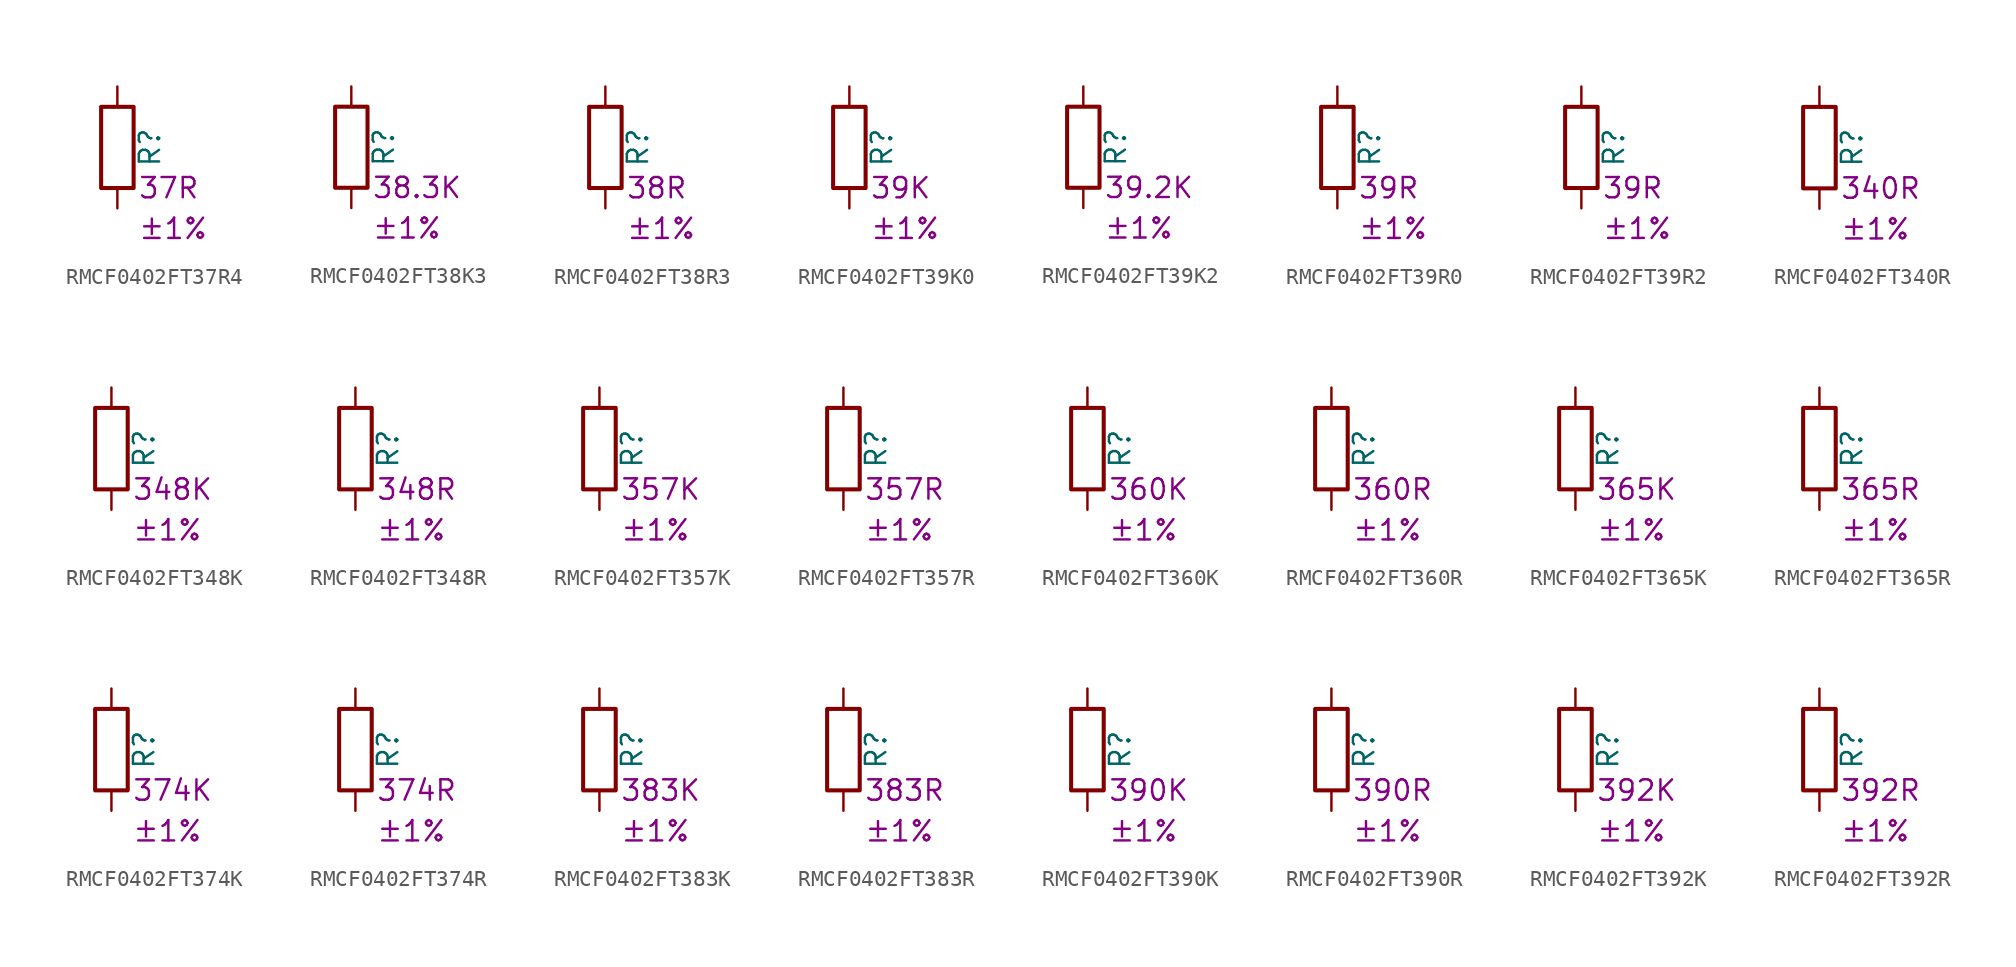
<source format=kicad_sym>
(kicad_symbol_lib
  (version 20220914)
  (generator kicad_symbol_editor)
  (symbol "RMCF0402FT37R4"
    (pin_numbers hide)
    (pin_names
      (offset 0))
    (property "Reference" "R"
      (at 2.032 0 90)
      (effects (font (size 1.27 1.27))))
    (property "Resistance" "37R"
      (at 1.27 -2.54 0)
      (effects (font (size 1.27 1.27)) (justify left)))
    (property "Tolerance" "±1%"
      (at 1.27 -5.08 0)
      (effects (font (size 1.27 1.27)) (justify left)))
    (symbol "RMCF0402FT37R4_0_1"
      (rectangle (start -1.016 -2.54) (end 1.016 2.54) (stroke (width 0.254) (type default)) (fill (type none))))
    (symbol "RMCF0402FT37R4_1_1"
      (pin passive line (at 0 3.81 270) (length 1.27) (name "~" (effects (font (size 1.27 1.27)))) (number "1" (effects (font (size 1.27 1.27)))))
      (pin passive line (at 0 -3.81 90) (length 1.27) (name "~" (effects (font (size 1.27 1.27)))) (number "2" (effects (font (size 1.27 1.27)))))))
  (symbol "RMCF0402FT38K3"
    (pin_numbers hide)
    (pin_names
      (offset 0))
    (property "Reference" "R"
      (at 2.032 0 90)
      (effects (font (size 1.27 1.27))))
    (property "Resistance" "38.3K"
      (at 1.27 -2.54 0)
      (effects (font (size 1.27 1.27)) (justify left)))
    (property "Tolerance" "±1%"
      (at 1.27 -5.08 0)
      (effects (font (size 1.27 1.27)) (justify left)))
    (symbol "RMCF0402FT38K3_0_1"
      (rectangle (start -1.016 -2.54) (end 1.016 2.54) (stroke (width 0.254) (type default)) (fill (type none))))
    (symbol "RMCF0402FT38K3_1_1"
      (pin passive line (at 0 3.81 270) (length 1.27) (name "~" (effects (font (size 1.27 1.27)))) (number "1" (effects (font (size 1.27 1.27)))))
      (pin passive line (at 0 -3.81 90) (length 1.27) (name "~" (effects (font (size 1.27 1.27)))) (number "2" (effects (font (size 1.27 1.27)))))))
  (symbol "RMCF0402FT38R3"
    (pin_numbers hide)
    (pin_names
      (offset 0))
    (property "Reference" "R"
      (at 2.032 0 90)
      (effects (font (size 1.27 1.27))))
    (property "Resistance" "38R"
      (at 1.27 -2.54 0)
      (effects (font (size 1.27 1.27)) (justify left)))
    (property "Tolerance" "±1%"
      (at 1.27 -5.08 0)
      (effects (font (size 1.27 1.27)) (justify left)))
    (symbol "RMCF0402FT38R3_0_1"
      (rectangle (start -1.016 -2.54) (end 1.016 2.54) (stroke (width 0.254) (type default)) (fill (type none))))
    (symbol "RMCF0402FT38R3_1_1"
      (pin passive line (at 0 3.81 270) (length 1.27) (name "~" (effects (font (size 1.27 1.27)))) (number "1" (effects (font (size 1.27 1.27)))))
      (pin passive line (at 0 -3.81 90) (length 1.27) (name "~" (effects (font (size 1.27 1.27)))) (number "2" (effects (font (size 1.27 1.27)))))))
  (symbol "RMCF0402FT39K0"
    (pin_numbers hide)
    (pin_names
      (offset 0))
    (property "Reference" "R"
      (at 2.032 0 90)
      (effects (font (size 1.27 1.27))))
    (property "Resistance" "39K"
      (at 1.27 -2.54 0)
      (effects (font (size 1.27 1.27)) (justify left)))
    (property "Tolerance" "±1%"
      (at 1.27 -5.08 0)
      (effects (font (size 1.27 1.27)) (justify left)))
    (symbol "RMCF0402FT39K0_0_1"
      (rectangle (start -1.016 -2.54) (end 1.016 2.54) (stroke (width 0.254) (type default)) (fill (type none))))
    (symbol "RMCF0402FT39K0_1_1"
      (pin passive line (at 0 3.81 270) (length 1.27) (name "~" (effects (font (size 1.27 1.27)))) (number "1" (effects (font (size 1.27 1.27)))))
      (pin passive line (at 0 -3.81 90) (length 1.27) (name "~" (effects (font (size 1.27 1.27)))) (number "2" (effects (font (size 1.27 1.27)))))))
  (symbol "RMCF0402FT39K2"
    (pin_numbers hide)
    (pin_names
      (offset 0))
    (property "Reference" "R"
      (at 2.032 0 90)
      (effects (font (size 1.27 1.27))))
    (property "Resistance" "39.2K"
      (at 1.27 -2.54 0)
      (effects (font (size 1.27 1.27)) (justify left)))
    (property "Tolerance" "±1%"
      (at 1.27 -5.08 0)
      (effects (font (size 1.27 1.27)) (justify left)))
    (symbol "RMCF0402FT39K2_0_1"
      (rectangle (start -1.016 -2.54) (end 1.016 2.54) (stroke (width 0.254) (type default)) (fill (type none))))
    (symbol "RMCF0402FT39K2_1_1"
      (pin passive line (at 0 3.81 270) (length 1.27) (name "~" (effects (font (size 1.27 1.27)))) (number "1" (effects (font (size 1.27 1.27)))))
      (pin passive line (at 0 -3.81 90) (length 1.27) (name "~" (effects (font (size 1.27 1.27)))) (number "2" (effects (font (size 1.27 1.27)))))))
  (symbol "RMCF0402FT39R0"
    (pin_numbers hide)
    (pin_names
      (offset 0))
    (property "Reference" "R"
      (at 2.032 0 90)
      (effects (font (size 1.27 1.27))))
    (property "Resistance" "39R"
      (at 1.27 -2.54 0)
      (effects (font (size 1.27 1.27)) (justify left)))
    (property "Tolerance" "±1%"
      (at 1.27 -5.08 0)
      (effects (font (size 1.27 1.27)) (justify left)))
    (symbol "RMCF0402FT39R0_0_1"
      (rectangle (start -1.016 -2.54) (end 1.016 2.54) (stroke (width 0.254) (type default)) (fill (type none))))
    (symbol "RMCF0402FT39R0_1_1"
      (pin passive line (at 0 3.81 270) (length 1.27) (name "~" (effects (font (size 1.27 1.27)))) (number "1" (effects (font (size 1.27 1.27)))))
      (pin passive line (at 0 -3.81 90) (length 1.27) (name "~" (effects (font (size 1.27 1.27)))) (number "2" (effects (font (size 1.27 1.27)))))))
  (symbol "RMCF0402FT39R2"
    (pin_numbers hide)
    (pin_names
      (offset 0))
    (property "Reference" "R"
      (at 2.032 0 90)
      (effects (font (size 1.27 1.27))))
    (property "Resistance" "39R"
      (at 1.27 -2.54 0)
      (effects (font (size 1.27 1.27)) (justify left)))
    (property "Tolerance" "±1%"
      (at 1.27 -5.08 0)
      (effects (font (size 1.27 1.27)) (justify left)))
    (symbol "RMCF0402FT39R2_0_1"
      (rectangle (start -1.016 -2.54) (end 1.016 2.54) (stroke (width 0.254) (type default)) (fill (type none))))
    (symbol "RMCF0402FT39R2_1_1"
      (pin passive line (at 0 3.81 270) (length 1.27) (name "~" (effects (font (size 1.27 1.27)))) (number "1" (effects (font (size 1.27 1.27)))))
      (pin passive line (at 0 -3.81 90) (length 1.27) (name "~" (effects (font (size 1.27 1.27)))) (number "2" (effects (font (size 1.27 1.27)))))))
  (symbol "RMCF0402FT340R"
    (pin_numbers hide)
    (pin_names
      (offset 0))
    (property "Reference" "R"
      (at 2.032 0 90)
      (effects (font (size 1.27 1.27))))
    (property "Resistance" "340R"
      (at 1.27 -2.54 0)
      (effects (font (size 1.27 1.27)) (justify left)))
    (property "Tolerance" "±1%"
      (at 1.27 -5.08 0)
      (effects (font (size 1.27 1.27)) (justify left)))
    (symbol "RMCF0402FT340R_0_1"
      (rectangle (start -1.016 -2.54) (end 1.016 2.54) (stroke (width 0.254) (type default)) (fill (type none))))
    (symbol "RMCF0402FT340R_1_1"
      (pin passive line (at 0 3.81 270) (length 1.27) (name "~" (effects (font (size 1.27 1.27)))) (number "1" (effects (font (size 1.27 1.27)))))
      (pin passive line (at 0 -3.81 90) (length 1.27) (name "~" (effects (font (size 1.27 1.27)))) (number "2" (effects (font (size 1.27 1.27)))))))
  (symbol "RMCF0402FT348K"
    (pin_numbers hide)
    (pin_names
      (offset 0))
    (property "Reference" "R"
      (at 2.032 0 90)
      (effects (font (size 1.27 1.27))))
    (property "Resistance" "348K"
      (at 1.27 -2.54 0)
      (effects (font (size 1.27 1.27)) (justify left)))
    (property "Tolerance" "±1%"
      (at 1.27 -5.08 0)
      (effects (font (size 1.27 1.27)) (justify left)))
    (symbol "RMCF0402FT348K_0_1"
      (rectangle (start -1.016 -2.54) (end 1.016 2.54) (stroke (width 0.254) (type default)) (fill (type none))))
    (symbol "RMCF0402FT348K_1_1"
      (pin passive line (at 0 3.81 270) (length 1.27) (name "~" (effects (font (size 1.27 1.27)))) (number "1" (effects (font (size 1.27 1.27)))))
      (pin passive line (at 0 -3.81 90) (length 1.27) (name "~" (effects (font (size 1.27 1.27)))) (number "2" (effects (font (size 1.27 1.27)))))))
  (symbol "RMCF0402FT348R"
    (pin_numbers hide)
    (pin_names
      (offset 0))
    (property "Reference" "R"
      (at 2.032 0 90)
      (effects (font (size 1.27 1.27))))
    (property "Resistance" "348R"
      (at 1.27 -2.54 0)
      (effects (font (size 1.27 1.27)) (justify left)))
    (property "Tolerance" "±1%"
      (at 1.27 -5.08 0)
      (effects (font (size 1.27 1.27)) (justify left)))
    (symbol "RMCF0402FT348R_0_1"
      (rectangle (start -1.016 -2.54) (end 1.016 2.54) (stroke (width 0.254) (type default)) (fill (type none))))
    (symbol "RMCF0402FT348R_1_1"
      (pin passive line (at 0 3.81 270) (length 1.27) (name "~" (effects (font (size 1.27 1.27)))) (number "1" (effects (font (size 1.27 1.27)))))
      (pin passive line (at 0 -3.81 90) (length 1.27) (name "~" (effects (font (size 1.27 1.27)))) (number "2" (effects (font (size 1.27 1.27)))))))
  (symbol "RMCF0402FT357K"
    (pin_numbers hide)
    (pin_names
      (offset 0))
    (property "Reference" "R"
      (at 2.032 0 90)
      (effects (font (size 1.27 1.27))))
    (property "Resistance" "357K"
      (at 1.27 -2.54 0)
      (effects (font (size 1.27 1.27)) (justify left)))
    (property "Tolerance" "±1%"
      (at 1.27 -5.08 0)
      (effects (font (size 1.27 1.27)) (justify left)))
    (symbol "RMCF0402FT357K_0_1"
      (rectangle (start -1.016 -2.54) (end 1.016 2.54) (stroke (width 0.254) (type default)) (fill (type none))))
    (symbol "RMCF0402FT357K_1_1"
      (pin passive line (at 0 3.81 270) (length 1.27) (name "~" (effects (font (size 1.27 1.27)))) (number "1" (effects (font (size 1.27 1.27)))))
      (pin passive line (at 0 -3.81 90) (length 1.27) (name "~" (effects (font (size 1.27 1.27)))) (number "2" (effects (font (size 1.27 1.27)))))))
  (symbol "RMCF0402FT357R"
    (pin_numbers hide)
    (pin_names
      (offset 0))
    (property "Reference" "R"
      (at 2.032 0 90)
      (effects (font (size 1.27 1.27))))
    (property "Resistance" "357R"
      (at 1.27 -2.54 0)
      (effects (font (size 1.27 1.27)) (justify left)))
    (property "Tolerance" "±1%"
      (at 1.27 -5.08 0)
      (effects (font (size 1.27 1.27)) (justify left)))
    (symbol "RMCF0402FT357R_0_1"
      (rectangle (start -1.016 -2.54) (end 1.016 2.54) (stroke (width 0.254) (type default)) (fill (type none))))
    (symbol "RMCF0402FT357R_1_1"
      (pin passive line (at 0 3.81 270) (length 1.27) (name "~" (effects (font (size 1.27 1.27)))) (number "1" (effects (font (size 1.27 1.27)))))
      (pin passive line (at 0 -3.81 90) (length 1.27) (name "~" (effects (font (size 1.27 1.27)))) (number "2" (effects (font (size 1.27 1.27)))))))
  (symbol "RMCF0402FT360K"
    (pin_numbers hide)
    (pin_names
      (offset 0))
    (property "Reference" "R"
      (at 2.032 0 90)
      (effects (font (size 1.27 1.27))))
    (property "Resistance" "360K"
      (at 1.27 -2.54 0)
      (effects (font (size 1.27 1.27)) (justify left)))
    (property "Tolerance" "±1%"
      (at 1.27 -5.08 0)
      (effects (font (size 1.27 1.27)) (justify left)))
    (symbol "RMCF0402FT360K_0_1"
      (rectangle (start -1.016 -2.54) (end 1.016 2.54) (stroke (width 0.254) (type default)) (fill (type none))))
    (symbol "RMCF0402FT360K_1_1"
      (pin passive line (at 0 3.81 270) (length 1.27) (name "~" (effects (font (size 1.27 1.27)))) (number "1" (effects (font (size 1.27 1.27)))))
      (pin passive line (at 0 -3.81 90) (length 1.27) (name "~" (effects (font (size 1.27 1.27)))) (number "2" (effects (font (size 1.27 1.27)))))))
  (symbol "RMCF0402FT360R"
    (pin_numbers hide)
    (pin_names
      (offset 0))
    (property "Reference" "R"
      (at 2.032 0 90)
      (effects (font (size 1.27 1.27))))
    (property "Resistance" "360R"
      (at 1.27 -2.54 0)
      (effects (font (size 1.27 1.27)) (justify left)))
    (property "Tolerance" "±1%"
      (at 1.27 -5.08 0)
      (effects (font (size 1.27 1.27)) (justify left)))
    (symbol "RMCF0402FT360R_0_1"
      (rectangle (start -1.016 -2.54) (end 1.016 2.54) (stroke (width 0.254) (type default)) (fill (type none))))
    (symbol "RMCF0402FT360R_1_1"
      (pin passive line (at 0 3.81 270) (length 1.27) (name "~" (effects (font (size 1.27 1.27)))) (number "1" (effects (font (size 1.27 1.27)))))
      (pin passive line (at 0 -3.81 90) (length 1.27) (name "~" (effects (font (size 1.27 1.27)))) (number "2" (effects (font (size 1.27 1.27)))))))
  (symbol "RMCF0402FT365K"
    (pin_numbers hide)
    (pin_names
      (offset 0))
    (property "Reference" "R"
      (at 2.032 0 90)
      (effects (font (size 1.27 1.27))))
    (property "Resistance" "365K"
      (at 1.27 -2.54 0)
      (effects (font (size 1.27 1.27)) (justify left)))
    (property "Tolerance" "±1%"
      (at 1.27 -5.08 0)
      (effects (font (size 1.27 1.27)) (justify left)))
    (symbol "RMCF0402FT365K_0_1"
      (rectangle (start -1.016 -2.54) (end 1.016 2.54) (stroke (width 0.254) (type default)) (fill (type none))))
    (symbol "RMCF0402FT365K_1_1"
      (pin passive line (at 0 3.81 270) (length 1.27) (name "~" (effects (font (size 1.27 1.27)))) (number "1" (effects (font (size 1.27 1.27)))))
      (pin passive line (at 0 -3.81 90) (length 1.27) (name "~" (effects (font (size 1.27 1.27)))) (number "2" (effects (font (size 1.27 1.27)))))))
  (symbol "RMCF0402FT365R"
    (pin_numbers hide)
    (pin_names
      (offset 0))
    (property "Reference" "R"
      (at 2.032 0 90)
      (effects (font (size 1.27 1.27))))
    (property "Resistance" "365R"
      (at 1.27 -2.54 0)
      (effects (font (size 1.27 1.27)) (justify left)))
    (property "Tolerance" "±1%"
      (at 1.27 -5.08 0)
      (effects (font (size 1.27 1.27)) (justify left)))
    (symbol "RMCF0402FT365R_0_1"
      (rectangle (start -1.016 -2.54) (end 1.016 2.54) (stroke (width 0.254) (type default)) (fill (type none))))
    (symbol "RMCF0402FT365R_1_1"
      (pin passive line (at 0 3.81 270) (length 1.27) (name "~" (effects (font (size 1.27 1.27)))) (number "1" (effects (font (size 1.27 1.27)))))
      (pin passive line (at 0 -3.81 90) (length 1.27) (name "~" (effects (font (size 1.27 1.27)))) (number "2" (effects (font (size 1.27 1.27)))))))
  (symbol "RMCF0402FT374K"
    (pin_numbers hide)
    (pin_names
      (offset 0))
    (property "Reference" "R"
      (at 2.032 0 90)
      (effects (font (size 1.27 1.27))))
    (property "Resistance" "374K"
      (at 1.27 -2.54 0)
      (effects (font (size 1.27 1.27)) (justify left)))
    (property "Tolerance" "±1%"
      (at 1.27 -5.08 0)
      (effects (font (size 1.27 1.27)) (justify left)))
    (symbol "RMCF0402FT374K_0_1"
      (rectangle (start -1.016 -2.54) (end 1.016 2.54) (stroke (width 0.254) (type default)) (fill (type none))))
    (symbol "RMCF0402FT374K_1_1"
      (pin passive line (at 0 3.81 270) (length 1.27) (name "~" (effects (font (size 1.27 1.27)))) (number "1" (effects (font (size 1.27 1.27)))))
      (pin passive line (at 0 -3.81 90) (length 1.27) (name "~" (effects (font (size 1.27 1.27)))) (number "2" (effects (font (size 1.27 1.27)))))))
  (symbol "RMCF0402FT374R"
    (pin_numbers hide)
    (pin_names
      (offset 0))
    (property "Reference" "R"
      (at 2.032 0 90)
      (effects (font (size 1.27 1.27))))
    (property "Resistance" "374R"
      (at 1.27 -2.54 0)
      (effects (font (size 1.27 1.27)) (justify left)))
    (property "Tolerance" "±1%"
      (at 1.27 -5.08 0)
      (effects (font (size 1.27 1.27)) (justify left)))
    (symbol "RMCF0402FT374R_0_1"
      (rectangle (start -1.016 -2.54) (end 1.016 2.54) (stroke (width 0.254) (type default)) (fill (type none))))
    (symbol "RMCF0402FT374R_1_1"
      (pin passive line (at 0 3.81 270) (length 1.27) (name "~" (effects (font (size 1.27 1.27)))) (number "1" (effects (font (size 1.27 1.27)))))
      (pin passive line (at 0 -3.81 90) (length 1.27) (name "~" (effects (font (size 1.27 1.27)))) (number "2" (effects (font (size 1.27 1.27)))))))
  (symbol "RMCF0402FT383K"
    (pin_numbers hide)
    (pin_names
      (offset 0))
    (property "Reference" "R"
      (at 2.032 0 90)
      (effects (font (size 1.27 1.27))))
    (property "Resistance" "383K"
      (at 1.27 -2.54 0)
      (effects (font (size 1.27 1.27)) (justify left)))
    (property "Tolerance" "±1%"
      (at 1.27 -5.08 0)
      (effects (font (size 1.27 1.27)) (justify left)))
    (symbol "RMCF0402FT383K_0_1"
      (rectangle (start -1.016 -2.54) (end 1.016 2.54) (stroke (width 0.254) (type default)) (fill (type none))))
    (symbol "RMCF0402FT383K_1_1"
      (pin passive line (at 0 3.81 270) (length 1.27) (name "~" (effects (font (size 1.27 1.27)))) (number "1" (effects (font (size 1.27 1.27)))))
      (pin passive line (at 0 -3.81 90) (length 1.27) (name "~" (effects (font (size 1.27 1.27)))) (number "2" (effects (font (size 1.27 1.27)))))))
  (symbol "RMCF0402FT383R"
    (pin_numbers hide)
    (pin_names
      (offset 0))
    (property "Reference" "R"
      (at 2.032 0 90)
      (effects (font (size 1.27 1.27))))
    (property "Resistance" "383R"
      (at 1.27 -2.54 0)
      (effects (font (size 1.27 1.27)) (justify left)))
    (property "Tolerance" "±1%"
      (at 1.27 -5.08 0)
      (effects (font (size 1.27 1.27)) (justify left)))
    (symbol "RMCF0402FT383R_0_1"
      (rectangle (start -1.016 -2.54) (end 1.016 2.54) (stroke (width 0.254) (type default)) (fill (type none))))
    (symbol "RMCF0402FT383R_1_1"
      (pin passive line (at 0 3.81 270) (length 1.27) (name "~" (effects (font (size 1.27 1.27)))) (number "1" (effects (font (size 1.27 1.27)))))
      (pin passive line (at 0 -3.81 90) (length 1.27) (name "~" (effects (font (size 1.27 1.27)))) (number "2" (effects (font (size 1.27 1.27)))))))
  (symbol "RMCF0402FT390K"
    (pin_numbers hide)
    (pin_names
      (offset 0))
    (property "Reference" "R"
      (at 2.032 0 90)
      (effects (font (size 1.27 1.27))))
    (property "Resistance" "390K"
      (at 1.27 -2.54 0)
      (effects (font (size 1.27 1.27)) (justify left)))
    (property "Tolerance" "±1%"
      (at 1.27 -5.08 0)
      (effects (font (size 1.27 1.27)) (justify left)))
    (symbol "RMCF0402FT390K_0_1"
      (rectangle (start -1.016 -2.54) (end 1.016 2.54) (stroke (width 0.254) (type default)) (fill (type none))))
    (symbol "RMCF0402FT390K_1_1"
      (pin passive line (at 0 3.81 270) (length 1.27) (name "~" (effects (font (size 1.27 1.27)))) (number "1" (effects (font (size 1.27 1.27)))))
      (pin passive line (at 0 -3.81 90) (length 1.27) (name "~" (effects (font (size 1.27 1.27)))) (number "2" (effects (font (size 1.27 1.27)))))))
  (symbol "RMCF0402FT390R"
    (pin_numbers hide)
    (pin_names
      (offset 0))
    (property "Reference" "R"
      (at 2.032 0 90)
      (effects (font (size 1.27 1.27))))
    (property "Resistance" "390R"
      (at 1.27 -2.54 0)
      (effects (font (size 1.27 1.27)) (justify left)))
    (property "Tolerance" "±1%"
      (at 1.27 -5.08 0)
      (effects (font (size 1.27 1.27)) (justify left)))
    (symbol "RMCF0402FT390R_0_1"
      (rectangle (start -1.016 -2.54) (end 1.016 2.54) (stroke (width 0.254) (type default)) (fill (type none))))
    (symbol "RMCF0402FT390R_1_1"
      (pin passive line (at 0 3.81 270) (length 1.27) (name "~" (effects (font (size 1.27 1.27)))) (number "1" (effects (font (size 1.27 1.27)))))
      (pin passive line (at 0 -3.81 90) (length 1.27) (name "~" (effects (font (size 1.27 1.27)))) (number "2" (effects (font (size 1.27 1.27)))))))
  (symbol "RMCF0402FT392K"
    (pin_numbers hide)
    (pin_names
      (offset 0))
    (property "Reference" "R"
      (at 2.032 0 90)
      (effects (font (size 1.27 1.27))))
    (property "Resistance" "392K"
      (at 1.27 -2.54 0)
      (effects (font (size 1.27 1.27)) (justify left)))
    (property "Tolerance" "±1%"
      (at 1.27 -5.08 0)
      (effects (font (size 1.27 1.27)) (justify left)))
    (symbol "RMCF0402FT392K_0_1"
      (rectangle (start -1.016 -2.54) (end 1.016 2.54) (stroke (width 0.254) (type default)) (fill (type none))))
    (symbol "RMCF0402FT392K_1_1"
      (pin passive line (at 0 3.81 270) (length 1.27) (name "~" (effects (font (size 1.27 1.27)))) (number "1" (effects (font (size 1.27 1.27)))))
      (pin passive line (at 0 -3.81 90) (length 1.27) (name "~" (effects (font (size 1.27 1.27)))) (number "2" (effects (font (size 1.27 1.27)))))))
  (symbol "RMCF0402FT392R"
    (pin_numbers hide)
    (pin_names
      (offset 0))
    (property "Reference" "R"
      (at 2.032 0 90)
      (effects (font (size 1.27 1.27))))
    (property "Resistance" "392R"
      (at 1.27 -2.54 0)
      (effects (font (size 1.27 1.27)) (justify left)))
    (property "Tolerance" "±1%"
      (at 1.27 -5.08 0)
      (effects (font (size 1.27 1.27)) (justify left)))
    (symbol "RMCF0402FT392R_0_1"
      (rectangle (start -1.016 -2.54) (end 1.016 2.54) (stroke (width 0.254) (type default)) (fill (type none))))
    (symbol "RMCF0402FT392R_1_1"
      (pin passive line (at 0 3.81 270) (length 1.27) (name "~" (effects (font (size 1.27 1.27)))) (number "1" (effects (font (size 1.27 1.27)))))
      (pin passive line (at 0 -3.81 90) (length 1.27) (name "~" (effects (font (size 1.27 1.27)))) (number "2" (effects (font (size 1.27 1.27))))))))
</source>
